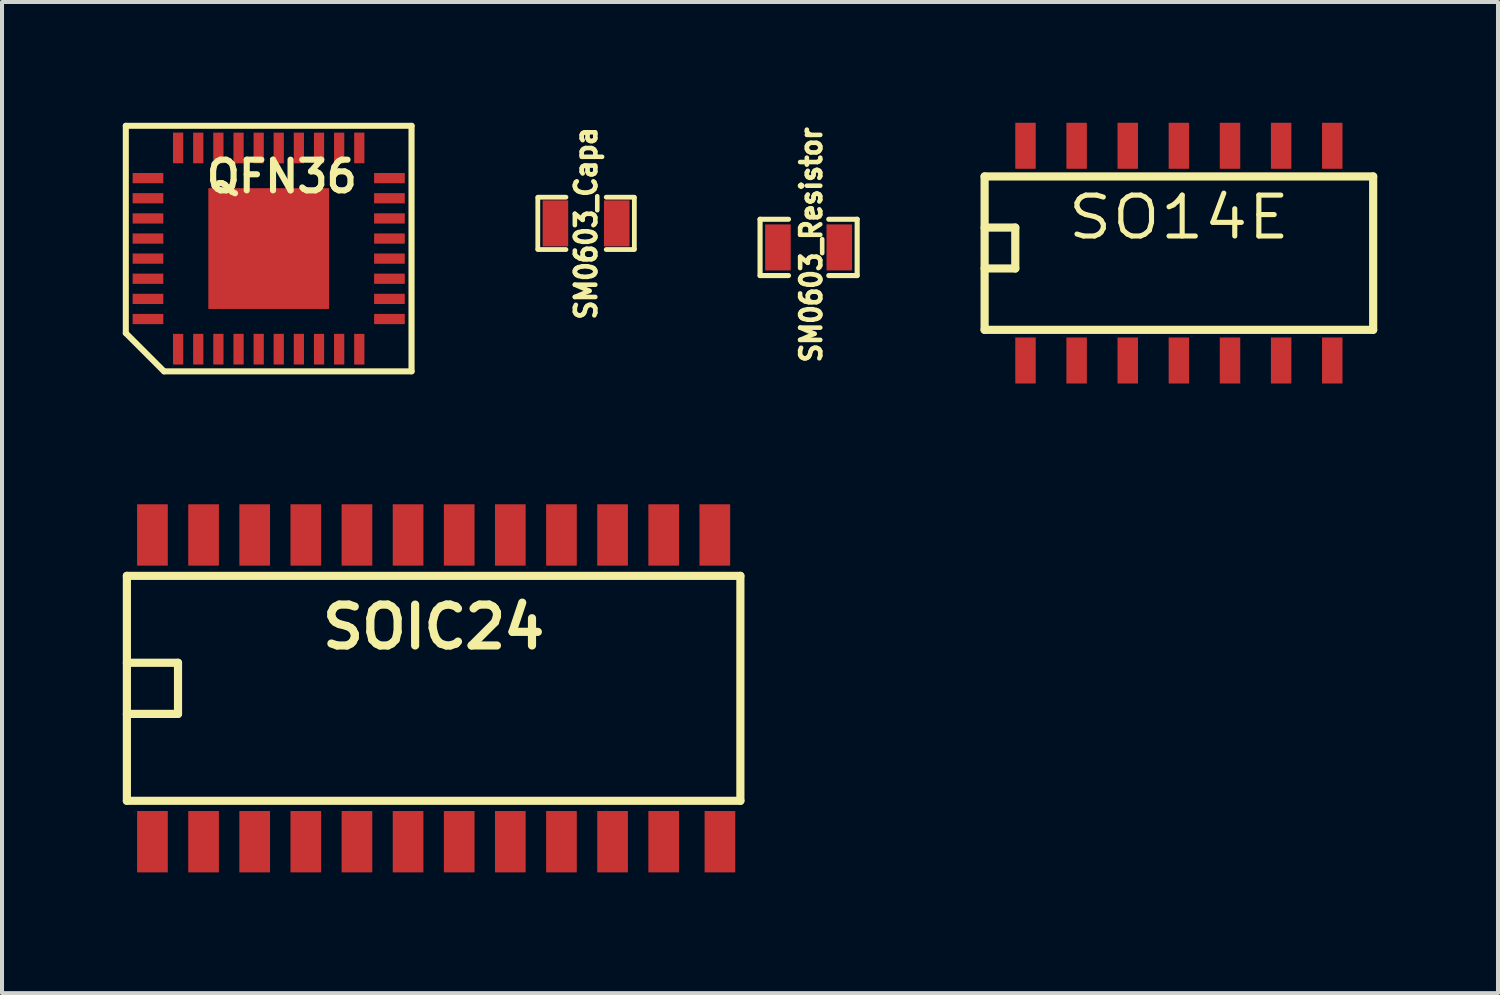
<source format=kicad_pcb>
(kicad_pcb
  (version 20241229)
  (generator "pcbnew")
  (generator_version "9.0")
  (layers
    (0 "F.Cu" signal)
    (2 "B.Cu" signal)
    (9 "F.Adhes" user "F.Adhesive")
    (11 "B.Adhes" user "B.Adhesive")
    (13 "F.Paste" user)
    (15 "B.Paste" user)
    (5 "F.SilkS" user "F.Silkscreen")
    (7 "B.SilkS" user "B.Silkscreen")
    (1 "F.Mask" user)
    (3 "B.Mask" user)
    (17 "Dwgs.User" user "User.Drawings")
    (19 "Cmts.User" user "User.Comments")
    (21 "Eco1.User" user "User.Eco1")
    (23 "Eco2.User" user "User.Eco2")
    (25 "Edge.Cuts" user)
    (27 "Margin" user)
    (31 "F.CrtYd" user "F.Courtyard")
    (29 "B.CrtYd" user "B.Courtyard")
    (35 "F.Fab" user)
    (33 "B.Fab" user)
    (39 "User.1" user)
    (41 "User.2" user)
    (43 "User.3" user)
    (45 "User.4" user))
  (footprint "SM0603_Resistor"
    (layer "F.Cu")
    (at 17.037 3.096)
    (property "Reference" "SM0603_Resistor" (at 0.064 -0.064 90) (layer "F.SilkS") (effects (font (size 0.5 0.457) (thickness 0.114))))
    (attr smd)
    (fp_line (start -1.206 -0.699) (end -1.206 0.699) (stroke (width 0.127) (type solid)) (layer "F.SilkS"))
    (fp_line (start -1.206 0.699) (end -0.5 0.699) (stroke (width 0.127) (type solid)) (layer "F.SilkS"))
    (fp_line (start -0.5 -0.699) (end -1.206 -0.699) (stroke (width 0.127) (type solid)) (layer "F.SilkS"))
    (fp_line (start 1.206 -0.699) (end 0.5 -0.699) (stroke (width 0.127) (type solid)) (layer "F.SilkS"))
    (fp_line (start 1.206 -0.699) (end 1.206 0.699) (stroke (width 0.127) (type solid)) (layer "F.SilkS"))
    (fp_line (start 1.206 0.699) (end 0.5 0.699) (stroke (width 0.127) (type solid)) (layer "F.SilkS"))
    (pad "1" smd rect (at -0.762 0) (size 0.635 1.143) (layers "F.Cu" "F.Mask" "F.Paste"))
    (pad "2" smd rect (at 0.762 0) (size 0.635 1.143) (layers "F.Cu" "F.Mask" "F.Paste")))
  (footprint "SM0603_Capa"
    (layer "F.Cu")
    (at 11.509 2.499)
    (property "Reference" "SM0603_Capa" (at 0 0 90) (layer "F.SilkS") (effects (font (size 0.508 0.457) (thickness 0.114))))
    (attr smd)
    (fp_line (start -1.199 -0.65) (end -0.5 -0.65) (stroke (width 0.119) (type solid)) (layer "F.SilkS"))
    (fp_line (start -1.199 0.635) (end -1.199 -0.635) (stroke (width 0.119) (type solid)) (layer "F.SilkS"))
    (fp_line (start -0.5 0.65) (end -1.199 0.65) (stroke (width 0.119) (type solid)) (layer "F.SilkS"))
    (fp_line (start 0.5 -0.65) (end 1.199 -0.65) (stroke (width 0.119) (type solid)) (layer "F.SilkS"))
    (fp_line (start 0.5 0.65) (end 1.199 0.65) (stroke (width 0.119) (type solid)) (layer "F.SilkS"))
    (fp_line (start 1.199 -0.635) (end 1.199 0.635) (stroke (width 0.119) (type solid)) (layer "F.SilkS"))
    (pad "1" smd rect (at -0.762 0) (size 0.635 1.143) (layers "F.Cu" "F.Mask" "F.Paste"))
    (pad "2" smd rect (at 0.762 0) (size 0.635 1.143) (layers "F.Cu" "F.Mask" "F.Paste")))
  (footprint "SOIC24"
    (layer "F.Cu")
    (at 7.722 14.049)
    (property "Reference" "SOIC24" (at 0 -1.524 0) (layer "F.SilkS") (effects (font (size 1.016 1.016) (thickness 0.203))))
    (attr smd)
    (fp_line (start -7.62 -2.794) (end -7.62 2.794) (stroke (width 0.203) (type solid)) (layer "F.SilkS"))
    (fp_line (start -7.62 -0.635) (end -6.35 -0.635) (stroke (width 0.203) (type solid)) (layer "F.SilkS"))
    (fp_line (start -7.62 2.794) (end 7.62 2.794) (stroke (width 0.203) (type solid)) (layer "F.SilkS"))
    (fp_line (start -6.35 -0.635) (end -6.35 0.635) (stroke (width 0.203) (type solid)) (layer "F.SilkS"))
    (fp_line (start -6.35 0.635) (end -7.62 0.635) (stroke (width 0.203) (type solid)) (layer "F.SilkS"))
    (fp_line (start 7.62 -2.794) (end -7.62 -2.794) (stroke (width 0.203) (type solid)) (layer "F.SilkS"))
    (fp_line (start 7.62 -2.794) (end 7.62 2.794) (stroke (width 0.203) (type solid)) (layer "F.SilkS"))
    (pad "1" smd rect (at -6.985 3.81) (size 0.762 1.524) (layers "F.Cu" "F.Mask" "F.Paste"))
    (pad "2" smd rect (at -5.715 3.81) (size 0.762 1.524) (layers "F.Cu" "F.Mask" "F.Paste"))
    (pad "3" smd rect (at -4.445 3.81) (size 0.762 1.524) (layers "F.Cu" "F.Mask" "F.Paste"))
    (pad "4" smd rect (at -3.175 3.81) (size 0.762 1.524) (layers "F.Cu" "F.Mask" "F.Paste"))
    (pad "5" smd rect (at -1.905 3.81) (size 0.762 1.524) (layers "F.Cu" "F.Mask" "F.Paste"))
    (pad "6" smd rect (at -0.635 3.81) (size 0.762 1.524) (layers "F.Cu" "F.Mask" "F.Paste"))
    (pad "7" smd rect (at 0.635 3.81) (size 0.762 1.524) (layers "F.Cu" "F.Mask" "F.Paste"))
    (pad "8" smd rect (at 1.905 3.81) (size 0.762 1.524) (layers "F.Cu" "F.Mask" "F.Paste"))
    (pad "9" smd rect (at 3.175 3.81) (size 0.762 1.524) (layers "F.Cu" "F.Mask" "F.Paste"))
    (pad "10" smd rect (at 4.445 3.81) (size 0.762 1.524) (layers "F.Cu" "F.Mask" "F.Paste"))
    (pad "11" smd rect (at 5.715 3.81) (size 0.762 1.524) (layers "F.Cu" "F.Mask" "F.Paste"))
    (pad "12" smd rect (at 7.112 3.81) (size 0.762 1.524) (layers "F.Cu" "F.Mask" "F.Paste"))
    (pad "13" smd rect (at 6.985 -3.81) (size 0.762 1.524) (layers "F.Cu" "F.Mask" "F.Paste"))
    (pad "14" smd rect (at 5.715 -3.81) (size 0.762 1.524) (layers "F.Cu" "F.Mask" "F.Paste"))
    (pad "15" smd rect (at 4.445 -3.81) (size 0.762 1.524) (layers "F.Cu" "F.Mask" "F.Paste"))
    (pad "16" smd rect (at 3.175 -3.81) (size 0.762 1.524) (layers "F.Cu" "F.Mask" "F.Paste"))
    (pad "17" smd rect (at 1.905 -3.81) (size 0.762 1.524) (layers "F.Cu" "F.Mask" "F.Paste"))
    (pad "18" smd rect (at 0.635 -3.81) (size 0.762 1.524) (layers "F.Cu" "F.Mask" "F.Paste"))
    (pad "19" smd rect (at -0.635 -3.81) (size 0.762 1.524) (layers "F.Cu" "F.Mask" "F.Paste"))
    (pad "20" smd rect (at -1.905 -3.81) (size 0.762 1.524) (layers "F.Cu" "F.Mask" "F.Paste"))
    (pad "21" smd rect (at -3.175 -3.81) (size 0.762 1.524) (layers "F.Cu" "F.Mask" "F.Paste"))
    (pad "22" smd rect (at -4.445 -3.81) (size 0.762 1.524) (layers "F.Cu" "F.Mask" "F.Paste"))
    (pad "23" smd rect (at -5.715 -3.81) (size 0.762 1.524) (layers "F.Cu" "F.Mask" "F.Paste"))
    (pad "24" smd rect (at -6.985 -3.81) (size 0.762 1.524) (layers "F.Cu" "F.Mask" "F.Paste")))
  (footprint "QFN36"
    (layer "F.Cu")
    (at 3.625 3.125)
    (property "Reference" "QFN36" (at 0.325 -1.791 0) (layer "F.SilkS") (effects (font (size 0.762 0.762) (thickness 0.152))))
    (attr smd)
    (fp_line (start -3.55 -3.05) (end 3.55 -3.05) (stroke (width 0.15) (type solid)) (layer "F.SilkS"))
    (fp_line (start -3.55 2.1) (end -3.55 -3.05) (stroke (width 0.15) (type solid)) (layer "F.SilkS"))
    (fp_line (start -2.6 3.05) (end -3.55 2.1) (stroke (width 0.15) (type solid)) (layer "F.SilkS"))
    (fp_line (start -2.6 3.05) (end 3.55 3.05) (stroke (width 0.15) (type solid)) (layer "F.SilkS"))
    (fp_line (start 3.548 -3.048) (end 3.548 3.048) (stroke (width 0.152) (type solid)) (layer "F.SilkS"))
    (pad "1" smd rect (at -2.25 2.5) (size 0.254 0.762) (layers "F.Cu" "F.Mask" "F.Paste"))
    (pad "2" smd rect (at -1.75 2.499) (size 0.254 0.762) (layers "F.Cu" "F.Mask" "F.Paste"))
    (pad "3" smd rect (at -1.25 2.499) (size 0.254 0.762) (layers "F.Cu" "F.Mask" "F.Paste"))
    (pad "4" smd rect (at -0.749 2.499) (size 0.254 0.762) (layers "F.Cu" "F.Mask" "F.Paste"))
    (pad "5" smd rect (at -0.249 2.499) (size 0.254 0.762) (layers "F.Cu" "F.Mask" "F.Paste"))
    (pad "6" smd rect (at 0.249 2.499) (size 0.254 0.762) (layers "F.Cu" "F.Mask" "F.Paste"))
    (pad "7" smd rect (at 0.749 2.499) (size 0.254 0.762) (layers "F.Cu" "F.Mask" "F.Paste"))
    (pad "8" smd rect (at 1.25 2.499) (size 0.254 0.762) (layers "F.Cu" "F.Mask" "F.Paste"))
    (pad "9" smd rect (at 1.75 2.499) (size 0.254 0.762) (layers "F.Cu" "F.Mask" "F.Paste"))
    (pad "10" smd rect (at 2.25 2.5) (size 0.254 0.762) (layers "F.Cu" "F.Mask" "F.Paste"))
    (pad "11" smd rect (at 2.999 1.75 90) (size 0.254 0.762) (layers "F.Cu" "F.Mask" "F.Paste"))
    (pad "12" smd rect (at 2.999 1.25 90) (size 0.254 0.762) (layers "F.Cu" "F.Mask" "F.Paste"))
    (pad "13" smd rect (at 2.999 0.749 90) (size 0.254 0.762) (layers "F.Cu" "F.Mask" "F.Paste"))
    (pad "14" smd rect (at 2.999 0.249 90) (size 0.254 0.762) (layers "F.Cu" "F.Mask" "F.Paste"))
    (pad "15" smd rect (at 2.999 -0.249 90) (size 0.254 0.762) (layers "F.Cu" "F.Mask" "F.Paste"))
    (pad "16" smd rect (at 2.999 -0.749 90) (size 0.254 0.762) (layers "F.Cu" "F.Mask" "F.Paste"))
    (pad "17" smd rect (at 2.999 -1.25 90) (size 0.254 0.762) (layers "F.Cu" "F.Mask" "F.Paste"))
    (pad "18" smd rect (at 2.999 -1.75 90) (size 0.254 0.762) (layers "F.Cu" "F.Mask" "F.Paste"))
    (pad "19" smd rect (at 2.25 -2.5) (size 0.254 0.762) (layers "F.Cu" "F.Mask" "F.Paste"))
    (pad "20" smd rect (at 1.75 -2.499) (size 0.254 0.762) (layers "F.Cu" "F.Mask" "F.Paste"))
    (pad "21" smd rect (at 1.25 -2.499) (size 0.254 0.762) (layers "F.Cu" "F.Mask" "F.Paste"))
    (pad "22" smd rect (at 0.749 -2.499) (size 0.254 0.762) (layers "F.Cu" "F.Mask" "F.Paste"))
    (pad "23" smd rect (at 0.249 -2.499) (size 0.254 0.762) (layers "F.Cu" "F.Mask" "F.Paste"))
    (pad "24" smd rect (at -0.249 -2.499) (size 0.254 0.762) (layers "F.Cu" "F.Mask" "F.Paste"))
    (pad "25" smd rect (at -0.749 -2.499) (size 0.254 0.762) (layers "F.Cu" "F.Mask" "F.Paste"))
    (pad "26" smd rect (at -1.25 -2.499) (size 0.254 0.762) (layers "F.Cu" "F.Mask" "F.Paste"))
    (pad "27" smd rect (at -1.75 -2.499) (size 0.254 0.762) (layers "F.Cu" "F.Mask" "F.Paste"))
    (pad "28" smd rect (at -2.25 -2.5) (size 0.254 0.762) (layers "F.Cu" "F.Mask" "F.Paste"))
    (pad "29" smd rect (at -2.999 -1.75 90) (size 0.254 0.762) (layers "F.Cu" "F.Mask" "F.Paste"))
    (pad "30" smd rect (at -2.999 -1.25 90) (size 0.254 0.762) (layers "F.Cu" "F.Mask" "F.Paste"))
    (pad "31" smd rect (at -2.999 -0.749 90) (size 0.254 0.762) (layers "F.Cu" "F.Mask" "F.Paste"))
    (pad "32" smd rect (at -2.999 -0.249 90) (size 0.254 0.762) (layers "F.Cu" "F.Mask" "F.Paste"))
    (pad "33" smd rect (at -2.999 0.249 90) (size 0.254 0.762) (layers "F.Cu" "F.Mask" "F.Paste"))
    (pad "34" smd rect (at -2.999 0.749 90) (size 0.254 0.762) (layers "F.Cu" "F.Mask" "F.Paste"))
    (pad "35" smd rect (at -2.999 1.25 90) (size 0.254 0.762) (layers "F.Cu" "F.Mask" "F.Paste"))
    (pad "36" smd rect (at -2.999 1.75 90) (size 0.254 0.762) (layers "F.Cu" "F.Mask" "F.Paste"))
    (pad "37" smd rect (at 0 0) (size 3 3) (layers "F.Cu" "F.Mask" "F.Paste")))
  (footprint "SO14E"
    (layer "F.Cu")
    (at 26.235 3.111)
    (property "Reference" "SO14E" (at 0 -0.762 0) (layer "F.SilkS") (effects (font (size 1.016 1.143) (thickness 0.127))))
    (attr smd)
    (fp_line (start -4.826 -1.778) (end 4.826 -1.778) (stroke (width 0.203) (type solid)) (layer "F.SilkS"))
    (fp_line (start -4.826 -0.508) (end -4.064 -0.508) (stroke (width 0.203) (type solid)) (layer "F.SilkS"))
    (fp_line (start -4.826 2.032) (end -4.826 -1.778) (stroke (width 0.203) (type solid)) (layer "F.SilkS"))
    (fp_line (start -4.064 -0.508) (end -4.064 0.508) (stroke (width 0.203) (type solid)) (layer "F.SilkS"))
    (fp_line (start -4.064 0.508) (end -4.826 0.508) (stroke (width 0.203) (type solid)) (layer "F.SilkS"))
    (fp_line (start 4.826 -1.778) (end 4.826 2.032) (stroke (width 0.203) (type solid)) (layer "F.SilkS"))
    (fp_line (start 4.826 2.032) (end -4.826 2.032) (stroke (width 0.203) (type solid)) (layer "F.SilkS"))
    (pad "1" smd rect (at -3.81 2.794) (size 0.508 1.143) (layers "F.Cu" "F.Mask" "F.Paste"))
    (pad "2" smd rect (at -2.54 2.794) (size 0.508 1.143) (layers "F.Cu" "F.Mask" "F.Paste"))
    (pad "3" smd rect (at -1.27 2.794) (size 0.508 1.143) (layers "F.Cu" "F.Mask" "F.Paste"))
    (pad "4" smd rect (at 0 2.794) (size 0.508 1.143) (layers "F.Cu" "F.Mask" "F.Paste"))
    (pad "5" smd rect (at 1.27 2.794) (size 0.508 1.143) (layers "F.Cu" "F.Mask" "F.Paste"))
    (pad "6" smd rect (at 2.54 2.794) (size 0.508 1.143) (layers "F.Cu" "F.Mask" "F.Paste"))
    (pad "7" smd rect (at 3.81 2.794) (size 0.508 1.143) (layers "F.Cu" "F.Mask" "F.Paste"))
    (pad "8" smd rect (at 3.81 -2.54) (size 0.508 1.143) (layers "F.Cu" "F.Mask" "F.Paste"))
    (pad "9" smd rect (at 2.54 -2.54) (size 0.508 1.143) (layers "F.Cu" "F.Mask" "F.Paste"))
    (pad "10" smd rect (at 1.27 -2.54) (size 0.508 1.143) (layers "F.Cu" "F.Mask" "F.Paste"))
    (pad "11" smd rect (at 0 -2.54) (size 0.508 1.143) (layers "F.Cu" "F.Mask" "F.Paste"))
    (pad "12" smd rect (at -1.27 -2.54) (size 0.508 1.143) (layers "F.Cu" "F.Mask" "F.Paste"))
    (pad "13" smd rect (at -2.54 -2.54) (size 0.508 1.143) (layers "F.Cu" "F.Mask" "F.Paste"))
    (pad "14" smd rect (at -3.81 -2.54) (size 0.508 1.143) (layers "F.Cu" "F.Mask" "F.Paste")))
  (gr_rect
    (start -3 -3)
    (end 34.162 21.621)
    (stroke (width 0.1) (type default))
    (fill no)
    (layer "Edge.Cuts")))
</source>
